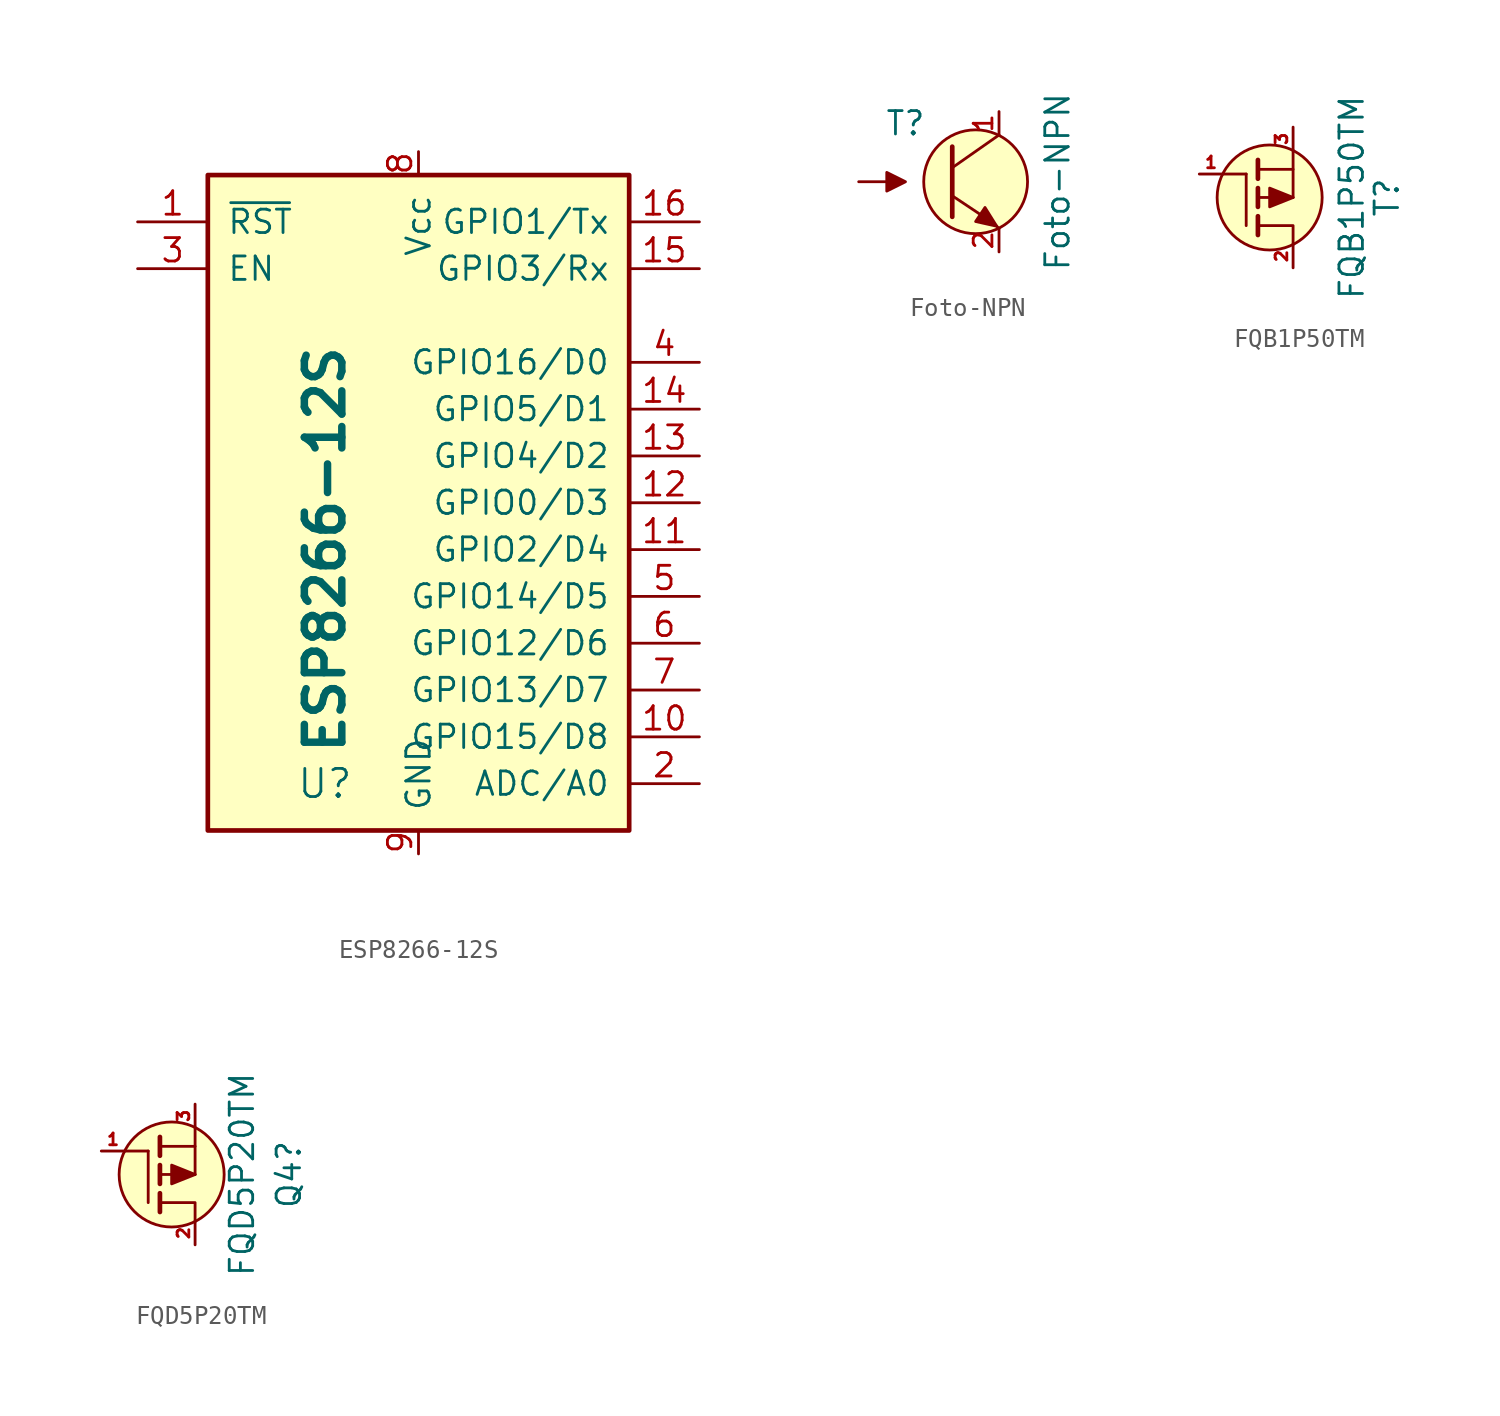
<source format=kicad_sym>
(kicad_symbol_lib
  (version 20231120)
  (generator "kicad_symbol_editor")
  (generator_version "8.0")
  (symbol "ESP8266-12S"
    (pin_names
      (offset 1.016))
    (property "Reference" "U"
      (at -5.08 -17.78 0)
      (effects (font (size 1.524 1.524))))
    (property "Value" "ESP8266-12S"
      (at -5.08 -5.08 90)
      (effects (font (size 2.032 2.032) (bold yes))))
    (symbol "ESP8266-12S_0_1"
      (rectangle (start -11.43 15.24) (end 11.43 -20.32) (stroke (width 0.254) (type default)) (fill (type background))))
    (symbol "ESP8266-12S_1_1"
      (pin input line (at -15.24 12.7 0) (length 3.81) (name "~{RST}" (effects (font (size 1.27 1.27)))) (number "1" (effects (font (size 1.27 1.27)))))
      (pin bidirectional line (at 15.24 -15.24 180) (length 3.81) (name "GPIO15/D8" (effects (font (size 1.27 1.27)))) (number "10" (effects (font (size 1.27 1.27)))))
      (pin bidirectional line (at 15.24 -5.08 180) (length 3.81) (name "GPIO2/D4" (effects (font (size 1.27 1.27)))) (number "11" (effects (font (size 1.27 1.27)))))
      (pin output line (at 15.24 -2.54 180) (length 3.81) (name "GPIO0/D3" (effects (font (size 1.27 1.27)))) (number "12" (effects (font (size 1.27 1.27)))))
      (pin bidirectional line (at 15.24 0 180) (length 3.81) (name "GPIO4/D2" (effects (font (size 1.27 1.27)))) (number "13" (effects (font (size 1.27 1.27)))))
      (pin bidirectional line (at 15.24 2.54 180) (length 3.81) (name "GPIO5/D1" (effects (font (size 1.27 1.27)))) (number "14" (effects (font (size 1.27 1.27)))))
      (pin input line (at 15.24 10.16 180) (length 3.81) (name "GPIO3/Rx" (effects (font (size 1.27 1.27)))) (number "15" (effects (font (size 1.27 1.27)))))
      (pin input line (at 15.24 12.7 180) (length 3.81) (name "GPIO1/Tx" (effects (font (size 1.27 1.27)))) (number "16" (effects (font (size 1.27 1.27)))))
      (pin bidirectional line (at 15.24 -17.78 180) (length 3.81) (name "ADC/A0" (effects (font (size 1.27 1.27)))) (number "2" (effects (font (size 1.27 1.27)))))
      (pin input line (at -15.24 10.16 0) (length 3.81) (name "EN" (effects (font (size 1.27 1.27)))) (number "3" (effects (font (size 1.27 1.27)))))
      (pin bidirectional line (at 15.24 5.08 180) (length 3.81) (name "GPIO16/D0" (effects (font (size 1.27 1.27)))) (number "4" (effects (font (size 1.27 1.27)))))
      (pin bidirectional line (at 15.24 -7.62 180) (length 3.81) (name "GPIO14/D5" (effects (font (size 1.27 1.27)))) (number "5" (effects (font (size 1.27 1.27)))))
      (pin bidirectional line (at 15.24 -10.16 180) (length 3.81) (name "GPIO12/D6" (effects (font (size 1.27 1.27)))) (number "6" (effects (font (size 1.27 1.27)))))
      (pin bidirectional line (at 15.24 -12.7 180) (length 3.81) (name "GPIO13/D7" (effects (font (size 1.27 1.27)))) (number "7" (effects (font (size 1.27 1.27)))))
      (pin power_in line (at 0 16.51 270) (length 1.27) (name "Vcc" (effects (font (size 1.27 1.27)))) (number "8" (effects (font (size 1.27 1.27)))))
      (pin power_in line (at 0 -21.59 90) (length 1.27) (name "GND" (effects (font (size 1.27 1.27)))) (number "9" (effects (font (size 1.27 1.27)))))))
  (symbol "Foto-NPN"
    (pin_names
      (offset 0) hide)
    (property "Reference" "T"
      (at -2.54 3.175 0)
      (effects (font (size 1.27 1.27))))
    (property "Value" "Foto-NPN"
      (at 5.715 0 90)
      (effects (font (size 1.27 1.27))))
    (property "Footprint" ""
      (at 0 0 0)
      (effects (font (size 1.524 1.524))))
    (property "Datasheet" ""
      (at 0 0 0)
      (effects (font (size 1.524 1.524))))
    (symbol "Foto-NPN_0_1"
      (polyline (pts (xy -3.556 0) (xy -5.08 0)) (stroke (width 0) (type default)) (fill (type none)))
      (polyline (pts (xy 0 1.905) (xy 0 -1.905) (xy 0 -1.905)) (stroke (width 0.254) (type default)) (fill (type none)))
      (polyline (pts (xy 1.524 -1.778) (xy 0 -0.762) (xy 0 -0.762)) (stroke (width 0) (type default)) (fill (type none)))
      (polyline (pts (xy 2.286 -2.286) (xy 2.54 -2.54) (xy 2.54 -2.54)) (stroke (width 0) (type default)) (fill (type none)))
      (polyline (pts (xy -2.54 0) (xy -3.556 0.508) (xy -3.556 -0.508) (xy -2.54 0)) (stroke (width 0) (type default)) (fill (type outline)))
      (polyline (pts (xy 2.54 2.54) (xy 0 0.762) (xy 0 0.762) (xy 0 0.762)) (stroke (width 0) (type default)) (fill (type none)))
      (polyline (pts (xy 1.27 -2.159) (xy 2.413 -2.413) (xy 1.778 -1.397) (xy 1.27 -2.159) (xy 1.27 -2.159)) (stroke (width 0) (type default)) (fill (type outline)))
      (circle (center 1.27 0) (radius 2.819) (stroke (width 0) (type default)) (fill (type background))))
    (symbol "Foto-NPN_1_1"
      (pin passive line (at 2.54 3.81 270) (length 1.27) (name "C" (effects (font (size 1.016 1.016)))) (number "1" (effects (font (size 1.016 1.016)))))
      (pin passive line (at 2.54 -3.81 90) (length 1.27) (name "E" (effects (font (size 1.016 1.016)))) (number "2" (effects (font (size 1.016 1.016)))))))
  (symbol "FQB1P50TM"
    (pin_names
      (offset 0) hide)
    (property "Reference" "T"
      (at 6.35 0 90)
      (effects (font (size 1.27 1.27))))
    (property "Value" "FQB1P50TM"
      (at 4.445 0 90)
      (effects (font (size 1.27 1.27))))
    (property "Datasheet" ""
      (at 0 0 0)
      (effects (font (size 1.524 1.524))))
    (symbol "FQB1P50TM_0_1"
      (polyline (pts (xy -1.27 -1.524) (xy -1.27 1.27)) (stroke (width 0) (type default)) (fill (type none)))
      (polyline (pts (xy -1.27 1.27) (xy -2.54 1.27)) (stroke (width 0) (type default)) (fill (type none)))
      (polyline (pts (xy -0.635 -1.016) (xy -0.635 -2.032)) (stroke (width 0.254) (type default)) (fill (type none)))
      (polyline (pts (xy -0.635 0.508) (xy -0.635 -0.508)) (stroke (width 0.254) (type default)) (fill (type none)))
      (polyline (pts (xy -0.635 1.016) (xy -0.635 2.032)) (stroke (width 0.254) (type default)) (fill (type none)))
      (polyline (pts (xy -0.508 0) (xy 0.254 0)) (stroke (width 0) (type default)) (fill (type none)))
      (polyline (pts (xy 0.635 0) (xy 1.27 0)) (stroke (width 0) (type default)) (fill (type none)))
      (polyline (pts (xy 1.27 1.524) (xy 1.27 0)) (stroke (width 0) (type default)) (fill (type none)))
      (polyline (pts (xy -0.635 -1.524) (xy 1.27 -1.524) (xy 1.27 -2.54)) (stroke (width 0) (type default)) (fill (type none)))
      (polyline (pts (xy 1.27 2.54) (xy 1.27 1.524) (xy -0.635 1.524)) (stroke (width 0) (type default)) (fill (type none)))
      (polyline (pts (xy 1.27 0) (xy 0 0.508) (xy 0 -0.508) (xy 1.27 0)) (stroke (width 0) (type default)) (fill (type outline)))
      (circle (center 0 0) (radius 2.845) (stroke (width 0) (type default)) (fill (type background))))
    (symbol "FQB1P50TM_1_1"
      (pin input line (at -3.81 1.27 0) (length 1.27) (name "~" (effects (font (size 0.635 0.635)))) (number "1" (effects (font (size 0.635 0.635)))))
      (pin passive line (at 1.27 -3.81 90) (length 1.27) (name "~" (effects (font (size 0.635 0.635)))) (number "2" (effects (font (size 0.635 0.635)))))
      (pin passive line (at 1.27 3.81 270) (length 1.27) (name "~" (effects (font (size 0.635 0.635)))) (number "3" (effects (font (size 0.635 0.635)))))))
  (symbol "FQD5P20TM"
    (pin_names
      (offset 0) hide)
    (property "Reference" "Q4"
      (at 6.35 0 90)
      (effects (font (size 1.27 1.27))))
    (property "Value" "FQD5P20TM"
      (at 3.81 0 90)
      (effects (font (size 1.27 1.27))))
    (property "Datasheet" ""
      (at 0 0 0)
      (effects (font (size 1.524 1.524))))
    (symbol "FQD5P20TM_0_1"
      (polyline (pts (xy -1.27 -1.524) (xy -1.27 1.27)) (stroke (width 0) (type default)) (fill (type none)))
      (polyline (pts (xy -1.27 1.27) (xy -2.54 1.27)) (stroke (width 0) (type default)) (fill (type none)))
      (polyline (pts (xy -0.635 -1.016) (xy -0.635 -2.032)) (stroke (width 0.254) (type default)) (fill (type none)))
      (polyline (pts (xy -0.635 0.508) (xy -0.635 -0.508)) (stroke (width 0.254) (type default)) (fill (type none)))
      (polyline (pts (xy -0.635 1.016) (xy -0.635 2.032)) (stroke (width 0.254) (type default)) (fill (type none)))
      (polyline (pts (xy -0.508 0) (xy 0.254 0)) (stroke (width 0) (type default)) (fill (type none)))
      (polyline (pts (xy 0.635 0) (xy 1.27 0)) (stroke (width 0) (type default)) (fill (type none)))
      (polyline (pts (xy 1.27 1.524) (xy 1.27 0)) (stroke (width 0) (type default)) (fill (type none)))
      (polyline (pts (xy -0.635 -1.524) (xy 1.27 -1.524) (xy 1.27 -2.54)) (stroke (width 0) (type default)) (fill (type none)))
      (polyline (pts (xy 1.27 2.54) (xy 1.27 1.524) (xy -0.635 1.524)) (stroke (width 0) (type default)) (fill (type none)))
      (polyline (pts (xy 1.27 0) (xy 0 0.508) (xy 0 -0.508) (xy 1.27 0)) (stroke (width 0) (type default)) (fill (type outline)))
      (circle (center 0 0) (radius 2.845) (stroke (width 0) (type default)) (fill (type background))))
    (symbol "FQD5P20TM_1_1"
      (pin input line (at -3.81 1.27 0) (length 1.27) (name "~" (effects (font (size 0.635 0.635)))) (number "1" (effects (font (size 0.635 0.635)))))
      (pin passive line (at 1.27 -3.81 90) (length 1.27) (name "~" (effects (font (size 0.635 0.635)))) (number "2" (effects (font (size 0.635 0.635)))))
      (pin passive line (at 1.27 3.81 270) (length 1.27) (name "~" (effects (font (size 0.635 0.635)))) (number "3" (effects (font (size 0.635 0.635))))))))
</source>
